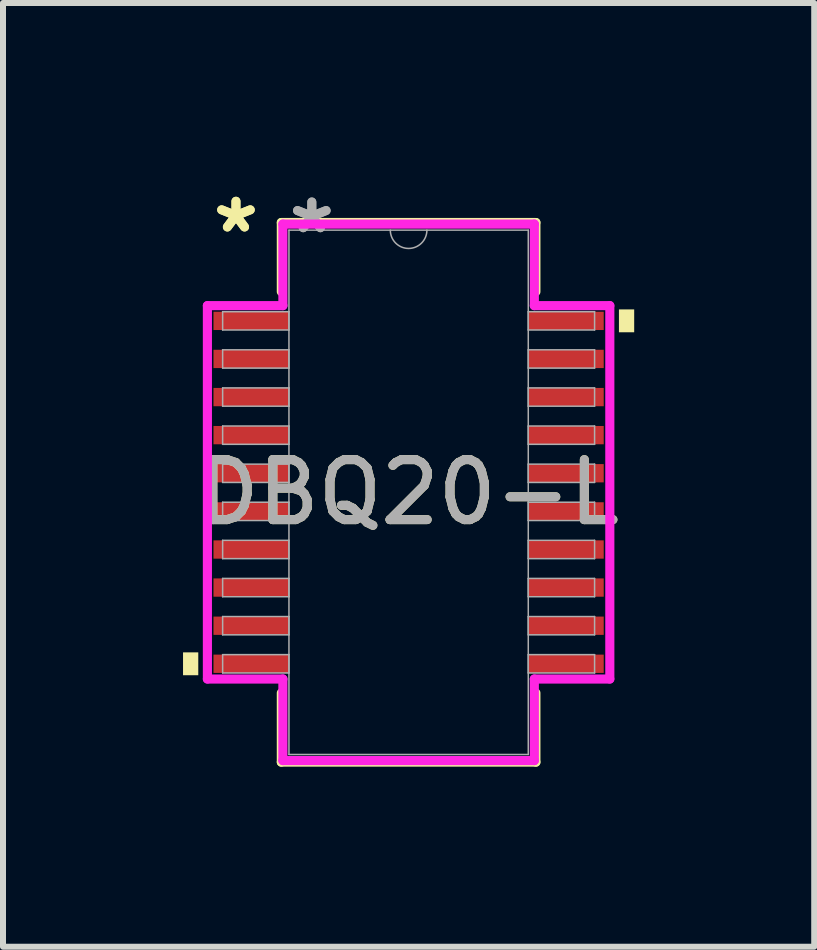
<source format=kicad_pcb>
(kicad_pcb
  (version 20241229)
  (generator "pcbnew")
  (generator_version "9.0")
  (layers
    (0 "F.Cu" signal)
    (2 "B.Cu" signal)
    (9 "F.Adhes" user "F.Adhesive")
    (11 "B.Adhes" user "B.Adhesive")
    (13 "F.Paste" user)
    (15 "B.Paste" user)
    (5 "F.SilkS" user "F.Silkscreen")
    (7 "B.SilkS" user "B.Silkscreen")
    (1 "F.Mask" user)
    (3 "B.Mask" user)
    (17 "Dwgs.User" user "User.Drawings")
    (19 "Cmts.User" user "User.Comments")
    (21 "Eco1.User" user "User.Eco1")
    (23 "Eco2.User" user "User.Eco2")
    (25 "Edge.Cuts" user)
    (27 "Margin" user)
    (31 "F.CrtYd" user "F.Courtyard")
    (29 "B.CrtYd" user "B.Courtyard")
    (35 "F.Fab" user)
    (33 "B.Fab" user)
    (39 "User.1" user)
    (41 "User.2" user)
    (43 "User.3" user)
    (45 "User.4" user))
  (footprint "DBQ20-L"
    (layer "F.Cu")
    (at 3.759 5.154)
    (property "Reference" "DBQ20-L" (at 0 0 0) (unlocked yes) (layer "F.SilkS") (effects (font (size 1 1) (thickness 0.15))))
    (attr smd)
    (fp_line (start -2.121 -4.496) (end -2.121 -3.343) (stroke (width 0.152) (type solid)) (layer "F.SilkS"))
    (fp_line (start -2.121 3.343) (end -2.121 4.496) (stroke (width 0.152) (type solid)) (layer "F.SilkS"))
    (fp_line (start -2.121 4.496) (end 2.121 4.496) (stroke (width 0.152) (type solid)) (layer "F.SilkS"))
    (fp_line (start 2.121 -4.496) (end -2.121 -4.496) (stroke (width 0.152) (type solid)) (layer "F.SilkS"))
    (fp_line (start 2.121 -3.343) (end 2.121 -4.496) (stroke (width 0.152) (type solid)) (layer "F.SilkS"))
    (fp_line (start 2.121 4.496) (end 2.121 3.343) (stroke (width 0.152) (type solid)) (layer "F.SilkS"))
    (fp_poly (pts (xy -3.759 2.667) (xy -3.759 3.048) (xy -3.505 3.048) (xy -3.505 2.667)) (stroke (width 0) (type solid)) (fill yes) (layer "F.SilkS"))
    (fp_poly (pts (xy 3.759 -3.048) (xy 3.759 -2.667) (xy 3.505 -2.667) (xy 3.505 -3.048)) (stroke (width 0) (type solid)) (fill yes) (layer "F.SilkS"))
    (fp_line (start -3.353 -3.111) (end -2.095 -3.111) (stroke (width 0.152) (type solid)) (layer "F.CrtYd"))
    (fp_line (start -3.353 3.111) (end -3.353 -3.111) (stroke (width 0.152) (type solid)) (layer "F.CrtYd"))
    (fp_line (start -3.353 3.111) (end -2.095 3.111) (stroke (width 0.152) (type solid)) (layer "F.CrtYd"))
    (fp_line (start -2.095 -4.47) (end 2.095 -4.47) (stroke (width 0.152) (type solid)) (layer "F.CrtYd"))
    (fp_line (start -2.095 -3.111) (end -2.095 -4.47) (stroke (width 0.152) (type solid)) (layer "F.CrtYd"))
    (fp_line (start -2.095 4.47) (end -2.095 3.111) (stroke (width 0.152) (type solid)) (layer "F.CrtYd"))
    (fp_line (start 2.095 -4.47) (end 2.095 -3.111) (stroke (width 0.152) (type solid)) (layer "F.CrtYd"))
    (fp_line (start 2.095 3.111) (end 2.095 4.47) (stroke (width 0.152) (type solid)) (layer "F.CrtYd"))
    (fp_line (start 2.095 4.47) (end -2.095 4.47) (stroke (width 0.152) (type solid)) (layer "F.CrtYd"))
    (fp_line (start 3.353 -3.111) (end 2.095 -3.111) (stroke (width 0.152) (type solid)) (layer "F.CrtYd"))
    (fp_line (start 3.353 -3.111) (end 3.353 3.111) (stroke (width 0.152) (type solid)) (layer "F.CrtYd"))
    (fp_line (start 3.353 3.111) (end 2.095 3.111) (stroke (width 0.152) (type solid)) (layer "F.CrtYd"))
    (fp_line (start -3.099 -3.01) (end -3.099 -2.705) (stroke (width 0.025) (type solid)) (layer "F.Fab"))
    (fp_line (start -3.099 -2.705) (end -1.994 -2.705) (stroke (width 0.025) (type solid)) (layer "F.Fab"))
    (fp_line (start -3.099 -2.375) (end -3.099 -2.07) (stroke (width 0.025) (type solid)) (layer "F.Fab"))
    (fp_line (start -3.099 -2.07) (end -1.994 -2.07) (stroke (width 0.025) (type solid)) (layer "F.Fab"))
    (fp_line (start -3.099 -1.74) (end -3.099 -1.435) (stroke (width 0.025) (type solid)) (layer "F.Fab"))
    (fp_line (start -3.099 -1.435) (end -1.994 -1.435) (stroke (width 0.025) (type solid)) (layer "F.Fab"))
    (fp_line (start -3.099 -1.105) (end -3.099 -0.8) (stroke (width 0.025) (type solid)) (layer "F.Fab"))
    (fp_line (start -3.099 -0.8) (end -1.994 -0.8) (stroke (width 0.025) (type solid)) (layer "F.Fab"))
    (fp_line (start -3.099 -0.47) (end -3.099 -0.165) (stroke (width 0.025) (type solid)) (layer "F.Fab"))
    (fp_line (start -3.099 -0.165) (end -1.994 -0.165) (stroke (width 0.025) (type solid)) (layer "F.Fab"))
    (fp_line (start -3.099 0.165) (end -3.099 0.47) (stroke (width 0.025) (type solid)) (layer "F.Fab"))
    (fp_line (start -3.099 0.47) (end -1.994 0.47) (stroke (width 0.025) (type solid)) (layer "F.Fab"))
    (fp_line (start -3.099 0.8) (end -3.099 1.105) (stroke (width 0.025) (type solid)) (layer "F.Fab"))
    (fp_line (start -3.099 1.105) (end -1.994 1.105) (stroke (width 0.025) (type solid)) (layer "F.Fab"))
    (fp_line (start -3.099 1.435) (end -3.099 1.74) (stroke (width 0.025) (type solid)) (layer "F.Fab"))
    (fp_line (start -3.099 1.74) (end -1.994 1.74) (stroke (width 0.025) (type solid)) (layer "F.Fab"))
    (fp_line (start -3.099 2.07) (end -3.099 2.375) (stroke (width 0.025) (type solid)) (layer "F.Fab"))
    (fp_line (start -3.099 2.375) (end -1.994 2.375) (stroke (width 0.025) (type solid)) (layer "F.Fab"))
    (fp_line (start -3.099 2.705) (end -3.099 3.01) (stroke (width 0.025) (type solid)) (layer "F.Fab"))
    (fp_line (start -3.099 3.01) (end -1.994 3.01) (stroke (width 0.025) (type solid)) (layer "F.Fab"))
    (fp_line (start -1.994 -4.369) (end -1.994 4.369) (stroke (width 0.025) (type solid)) (layer "F.Fab"))
    (fp_line (start -1.994 -3.01) (end -3.099 -3.01) (stroke (width 0.025) (type solid)) (layer "F.Fab"))
    (fp_line (start -1.994 -2.705) (end -1.994 -3.01) (stroke (width 0.025) (type solid)) (layer "F.Fab"))
    (fp_line (start -1.994 -2.375) (end -3.099 -2.375) (stroke (width 0.025) (type solid)) (layer "F.Fab"))
    (fp_line (start -1.994 -2.07) (end -1.994 -2.375) (stroke (width 0.025) (type solid)) (layer "F.Fab"))
    (fp_line (start -1.994 -1.74) (end -3.099 -1.74) (stroke (width 0.025) (type solid)) (layer "F.Fab"))
    (fp_line (start -1.994 -1.435) (end -1.994 -1.74) (stroke (width 0.025) (type solid)) (layer "F.Fab"))
    (fp_line (start -1.994 -1.105) (end -3.099 -1.105) (stroke (width 0.025) (type solid)) (layer "F.Fab"))
    (fp_line (start -1.994 -0.8) (end -1.994 -1.105) (stroke (width 0.025) (type solid)) (layer "F.Fab"))
    (fp_line (start -1.994 -0.47) (end -3.099 -0.47) (stroke (width 0.025) (type solid)) (layer "F.Fab"))
    (fp_line (start -1.994 -0.165) (end -1.994 -0.47) (stroke (width 0.025) (type solid)) (layer "F.Fab"))
    (fp_line (start -1.994 0.165) (end -3.099 0.165) (stroke (width 0.025) (type solid)) (layer "F.Fab"))
    (fp_line (start -1.994 0.47) (end -1.994 0.165) (stroke (width 0.025) (type solid)) (layer "F.Fab"))
    (fp_line (start -1.994 0.8) (end -3.099 0.8) (stroke (width 0.025) (type solid)) (layer "F.Fab"))
    (fp_line (start -1.994 1.105) (end -1.994 0.8) (stroke (width 0.025) (type solid)) (layer "F.Fab"))
    (fp_line (start -1.994 1.435) (end -3.099 1.435) (stroke (width 0.025) (type solid)) (layer "F.Fab"))
    (fp_line (start -1.994 1.74) (end -1.994 1.435) (stroke (width 0.025) (type solid)) (layer "F.Fab"))
    (fp_line (start -1.994 2.07) (end -3.099 2.07) (stroke (width 0.025) (type solid)) (layer "F.Fab"))
    (fp_line (start -1.994 2.375) (end -1.994 2.07) (stroke (width 0.025) (type solid)) (layer "F.Fab"))
    (fp_line (start -1.994 2.705) (end -3.099 2.705) (stroke (width 0.025) (type solid)) (layer "F.Fab"))
    (fp_line (start -1.994 3.01) (end -1.994 2.705) (stroke (width 0.025) (type solid)) (layer "F.Fab"))
    (fp_line (start -1.994 4.369) (end 1.994 4.369) (stroke (width 0.025) (type solid)) (layer "F.Fab"))
    (fp_line (start 1.994 -4.369) (end -1.994 -4.369) (stroke (width 0.025) (type solid)) (layer "F.Fab"))
    (fp_line (start 1.994 -3.01) (end 1.994 -2.705) (stroke (width 0.025) (type solid)) (layer "F.Fab"))
    (fp_line (start 1.994 -2.705) (end 3.099 -2.705) (stroke (width 0.025) (type solid)) (layer "F.Fab"))
    (fp_line (start 1.994 -2.375) (end 1.994 -2.07) (stroke (width 0.025) (type solid)) (layer "F.Fab"))
    (fp_line (start 1.994 -2.07) (end 3.099 -2.07) (stroke (width 0.025) (type solid)) (layer "F.Fab"))
    (fp_line (start 1.994 -1.74) (end 1.994 -1.435) (stroke (width 0.025) (type solid)) (layer "F.Fab"))
    (fp_line (start 1.994 -1.435) (end 3.099 -1.435) (stroke (width 0.025) (type solid)) (layer "F.Fab"))
    (fp_line (start 1.994 -1.105) (end 1.994 -0.8) (stroke (width 0.025) (type solid)) (layer "F.Fab"))
    (fp_line (start 1.994 -0.8) (end 3.099 -0.8) (stroke (width 0.025) (type solid)) (layer "F.Fab"))
    (fp_line (start 1.994 -0.47) (end 1.994 -0.165) (stroke (width 0.025) (type solid)) (layer "F.Fab"))
    (fp_line (start 1.994 -0.165) (end 3.099 -0.165) (stroke (width 0.025) (type solid)) (layer "F.Fab"))
    (fp_line (start 1.994 0.165) (end 1.994 0.47) (stroke (width 0.025) (type solid)) (layer "F.Fab"))
    (fp_line (start 1.994 0.47) (end 3.099 0.47) (stroke (width 0.025) (type solid)) (layer "F.Fab"))
    (fp_line (start 1.994 0.8) (end 1.994 1.105) (stroke (width 0.025) (type solid)) (layer "F.Fab"))
    (fp_line (start 1.994 1.105) (end 3.099 1.105) (stroke (width 0.025) (type solid)) (layer "F.Fab"))
    (fp_line (start 1.994 1.435) (end 1.994 1.74) (stroke (width 0.025) (type solid)) (layer "F.Fab"))
    (fp_line (start 1.994 1.74) (end 3.099 1.74) (stroke (width 0.025) (type solid)) (layer "F.Fab"))
    (fp_line (start 1.994 2.07) (end 1.994 2.375) (stroke (width 0.025) (type solid)) (layer "F.Fab"))
    (fp_line (start 1.994 2.375) (end 3.099 2.375) (stroke (width 0.025) (type solid)) (layer "F.Fab"))
    (fp_line (start 1.994 2.705) (end 1.994 3.01) (stroke (width 0.025) (type solid)) (layer "F.Fab"))
    (fp_line (start 1.994 3.01) (end 3.099 3.01) (stroke (width 0.025) (type solid)) (layer "F.Fab"))
    (fp_line (start 1.994 4.369) (end 1.994 -4.369) (stroke (width 0.025) (type solid)) (layer "F.Fab"))
    (fp_line (start 3.099 -3.01) (end 1.994 -3.01) (stroke (width 0.025) (type solid)) (layer "F.Fab"))
    (fp_line (start 3.099 -2.705) (end 3.099 -3.01) (stroke (width 0.025) (type solid)) (layer "F.Fab"))
    (fp_line (start 3.099 -2.375) (end 1.994 -2.375) (stroke (width 0.025) (type solid)) (layer "F.Fab"))
    (fp_line (start 3.099 -2.07) (end 3.099 -2.375) (stroke (width 0.025) (type solid)) (layer "F.Fab"))
    (fp_line (start 3.099 -1.74) (end 1.994 -1.74) (stroke (width 0.025) (type solid)) (layer "F.Fab"))
    (fp_line (start 3.099 -1.435) (end 3.099 -1.74) (stroke (width 0.025) (type solid)) (layer "F.Fab"))
    (fp_line (start 3.099 -1.105) (end 1.994 -1.105) (stroke (width 0.025) (type solid)) (layer "F.Fab"))
    (fp_line (start 3.099 -0.8) (end 3.099 -1.105) (stroke (width 0.025) (type solid)) (layer "F.Fab"))
    (fp_line (start 3.099 -0.47) (end 1.994 -0.47) (stroke (width 0.025) (type solid)) (layer "F.Fab"))
    (fp_line (start 3.099 -0.165) (end 3.099 -0.47) (stroke (width 0.025) (type solid)) (layer "F.Fab"))
    (fp_line (start 3.099 0.165) (end 1.994 0.165) (stroke (width 0.025) (type solid)) (layer "F.Fab"))
    (fp_line (start 3.099 0.47) (end 3.099 0.165) (stroke (width 0.025) (type solid)) (layer "F.Fab"))
    (fp_line (start 3.099 0.8) (end 1.994 0.8) (stroke (width 0.025) (type solid)) (layer "F.Fab"))
    (fp_line (start 3.099 1.105) (end 3.099 0.8) (stroke (width 0.025) (type solid)) (layer "F.Fab"))
    (fp_line (start 3.099 1.435) (end 1.994 1.435) (stroke (width 0.025) (type solid)) (layer "F.Fab"))
    (fp_line (start 3.099 1.74) (end 3.099 1.435) (stroke (width 0.025) (type solid)) (layer "F.Fab"))
    (fp_line (start 3.099 2.07) (end 1.994 2.07) (stroke (width 0.025) (type solid)) (layer "F.Fab"))
    (fp_line (start 3.099 2.375) (end 3.099 2.07) (stroke (width 0.025) (type solid)) (layer "F.Fab"))
    (fp_line (start 3.099 2.705) (end 1.994 2.705) (stroke (width 0.025) (type solid)) (layer "F.Fab"))
    (fp_line (start 3.099 3.01) (end 3.099 2.705) (stroke (width 0.025) (type solid)) (layer "F.Fab"))
    (fp_arc (start 0.3048 -4.3688) (mid 0 -4.064) (end -0.3048 -4.3688) (stroke (width 0.0254) (type solid)) (layer "F.Fab"))
    (fp_text user "*" (at -2.877 -4.305 0) (unlocked yes) (layer "F.SilkS") (effects (font (size 1 1) (thickness 0.15))))
    (fp_text user "*" (at -2.877 -4.305 0) (layer "F.SilkS") (effects (font (size 1 1) (thickness 0.15))))
    (fp_text user "*" (at -1.613 -4.293 0) (layer "F.Fab") (effects (font (size 1 1) (thickness 0.15))))
    (fp_text user "${REFERENCE}" (at 0 0 0) (unlocked yes) (layer "F.Fab") (effects (font (size 1 1) (thickness 0.15))))
    (fp_text user "*" (at -1.613 -4.293 0) (unlocked yes) (layer "F.Fab") (effects (font (size 1 1) (thickness 0.15))))
    (pad "1" smd rect (at -2.623 -2.857) (size 1.257 0.305) (layers "F.Cu" "F.Mask" "F.Paste"))
    (pad "2" smd rect (at -2.623 -2.223) (size 1.257 0.305) (layers "F.Cu" "F.Mask" "F.Paste"))
    (pad "3" smd rect (at -2.623 -1.587) (size 1.257 0.305) (layers "F.Cu" "F.Mask" "F.Paste"))
    (pad "4" smd rect (at -2.623 -0.953) (size 1.257 0.305) (layers "F.Cu" "F.Mask" "F.Paste"))
    (pad "5" smd rect (at -2.623 -0.318) (size 1.257 0.305) (layers "F.Cu" "F.Mask" "F.Paste"))
    (pad "6" smd rect (at -2.623 0.318) (size 1.257 0.305) (layers "F.Cu" "F.Mask" "F.Paste"))
    (pad "7" smd rect (at -2.623 0.953) (size 1.257 0.305) (layers "F.Cu" "F.Mask" "F.Paste"))
    (pad "8" smd rect (at -2.623 1.587) (size 1.257 0.305) (layers "F.Cu" "F.Mask" "F.Paste"))
    (pad "9" smd rect (at -2.623 2.223) (size 1.257 0.305) (layers "F.Cu" "F.Mask" "F.Paste"))
    (pad "10" smd rect (at -2.623 2.857) (size 1.257 0.305) (layers "F.Cu" "F.Mask" "F.Paste"))
    (pad "11" smd rect (at 2.623 2.857) (size 1.257 0.305) (layers "F.Cu" "F.Mask" "F.Paste"))
    (pad "12" smd rect (at 2.623 2.223) (size 1.257 0.305) (layers "F.Cu" "F.Mask" "F.Paste"))
    (pad "13" smd rect (at 2.623 1.587) (size 1.257 0.305) (layers "F.Cu" "F.Mask" "F.Paste"))
    (pad "14" smd rect (at 2.623 0.953) (size 1.257 0.305) (layers "F.Cu" "F.Mask" "F.Paste"))
    (pad "15" smd rect (at 2.623 0.318) (size 1.257 0.305) (layers "F.Cu" "F.Mask" "F.Paste"))
    (pad "16" smd rect (at 2.623 -0.318) (size 1.257 0.305) (layers "F.Cu" "F.Mask" "F.Paste"))
    (pad "17" smd rect (at 2.623 -0.953) (size 1.257 0.305) (layers "F.Cu" "F.Mask" "F.Paste"))
    (pad "18" smd rect (at 2.623 -1.587) (size 1.257 0.305) (layers "F.Cu" "F.Mask" "F.Paste"))
    (pad "19" smd rect (at 2.623 -2.223) (size 1.257 0.305) (layers "F.Cu" "F.Mask" "F.Paste"))
    (pad "20" smd rect (at 2.623 -2.857) (size 1.257 0.305) (layers "F.Cu" "F.Mask" "F.Paste")))
  (gr_rect
    (start -3 -3)
    (end 10.518 12.726)
    (stroke (width 0.1) (type default))
    (fill no)
    (layer "Edge.Cuts")))
</source>
